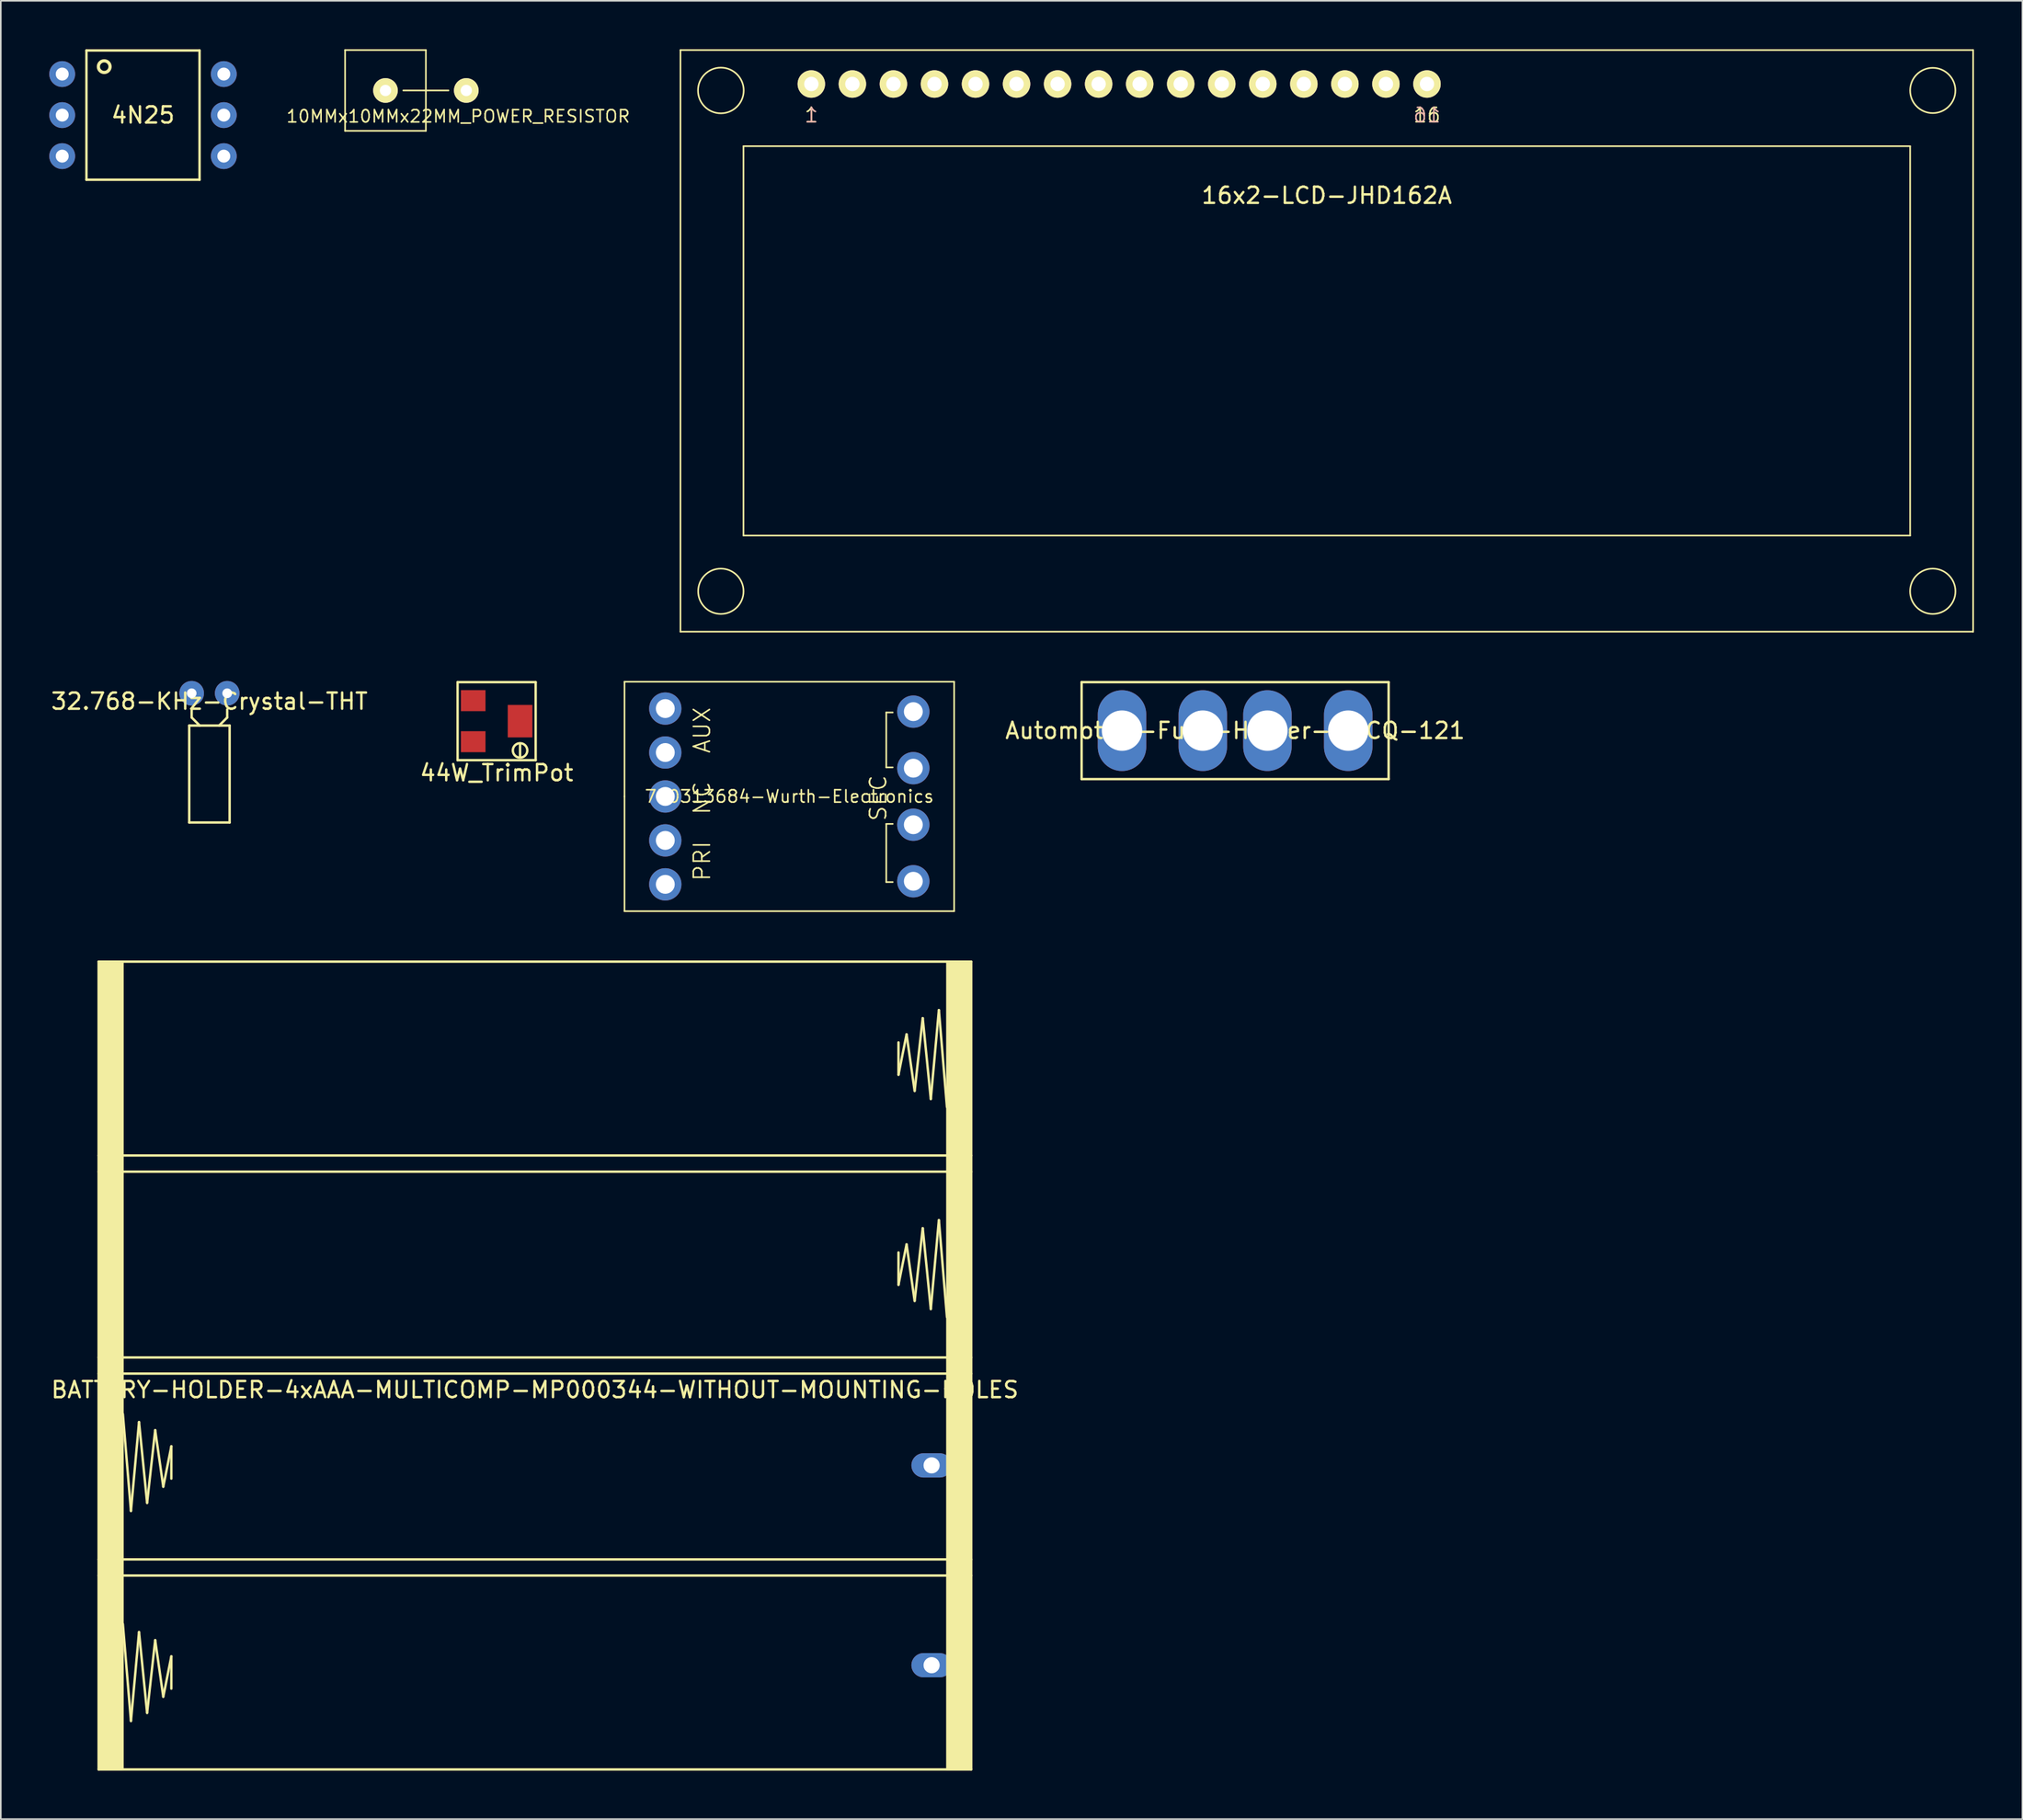
<source format=kicad_pcb>
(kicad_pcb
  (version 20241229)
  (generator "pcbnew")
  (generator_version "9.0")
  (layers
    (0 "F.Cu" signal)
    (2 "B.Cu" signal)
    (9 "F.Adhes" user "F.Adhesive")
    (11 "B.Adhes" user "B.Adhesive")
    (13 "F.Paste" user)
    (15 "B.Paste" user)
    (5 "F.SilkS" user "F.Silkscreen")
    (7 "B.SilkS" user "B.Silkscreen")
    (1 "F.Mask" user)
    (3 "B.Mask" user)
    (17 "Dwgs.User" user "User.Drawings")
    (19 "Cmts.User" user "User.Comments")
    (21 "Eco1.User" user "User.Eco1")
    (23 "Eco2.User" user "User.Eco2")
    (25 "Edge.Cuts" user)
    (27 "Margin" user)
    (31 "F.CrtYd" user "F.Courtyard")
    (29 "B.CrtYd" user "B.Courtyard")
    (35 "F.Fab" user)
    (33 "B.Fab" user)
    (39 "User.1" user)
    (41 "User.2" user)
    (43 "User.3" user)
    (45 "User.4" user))
  (footprint "32.768-KHz-Crystal-THT"
    (layer "F.Cu")
    (at 9.911 39.862)
    (property "Reference" "32.768-KHz-Crystal-THT" (at 0 0.5 0) (layer "F.SilkS") (effects (font (size 1 1) (thickness 0.15))))
    (attr through_hole)
    (fp_line (start -1.25 2) (end 1.25 2) (stroke (width 0.15) (type solid)) (layer "F.SilkS"))
    (fp_line (start -1.25 8) (end -1.25 2) (stroke (width 0.15) (type solid)) (layer "F.SilkS"))
    (fp_line (start -1.1 1) (end -1.1 1.5) (stroke (width 0.15) (type solid)) (layer "F.SilkS"))
    (fp_line (start -1.1 1.5) (end -0.6 2) (stroke (width 0.15) (type solid)) (layer "F.SilkS"))
    (fp_line (start 1.1 1) (end 1.1 1.5) (stroke (width 0.15) (type solid)) (layer "F.SilkS"))
    (fp_line (start 1.1 1.5) (end 0.6 2) (stroke (width 0.15) (type solid)) (layer "F.SilkS"))
    (fp_line (start 1.25 2) (end 1.25 8) (stroke (width 0.15) (type solid)) (layer "F.SilkS"))
    (fp_line (start 1.25 8) (end -1.25 8) (stroke (width 0.15) (type solid)) (layer "F.SilkS"))
    (pad "1" thru_hole circle (at -1.1 0) (size 1.524 1.524) (drill 0.6) (layers "*.Cu" "*.Mask"))
    (pad "2" thru_hole circle (at 1.1 0) (size 1.524 1.524) (drill 0.6) (layers "*.Cu" "*.Mask")))
  (footprint "10MMx10MMx22MM_POWER_RESISTOR"
    (layer "F.Cu")
    (at 23.306 2.55)
    (property "Reference" "10MMx10MMx22MM_POWER_RESISTOR" (at 2 1.6 0) (layer "F.SilkS") (effects (font (size 0.762 0.762) (thickness 0.1))))
    (attr through_hole)
    (fp_line (start -5 -2.5) (end -5 2.5) (stroke (width 0.1) (type solid)) (layer "F.SilkS"))
    (fp_line (start -5 -2.5) (end 0 -2.5) (stroke (width 0.1) (type solid)) (layer "F.SilkS"))
    (fp_line (start -5 2.5) (end 0 2.5) (stroke (width 0.1) (type solid)) (layer "F.SilkS"))
    (fp_line (start -1.4 0) (end 1.4 0) (stroke (width 0.1) (type solid)) (layer "F.SilkS"))
    (fp_line (start 0 -2.5) (end 0 2.5) (stroke (width 0.1) (type solid)) (layer "F.SilkS"))
    (pad "1" thru_hole circle (at -2.5 0) (size 1.524 1.524) (drill 0.7) (layers "*.Cu" "*.Mask" "F.SilkS"))
    (pad "2" thru_hole circle (at 2.5 0) (size 1.524 1.524) (drill 0.7) (layers "*.Cu" "*.Mask" "F.SilkS")))
  (footprint "Automotive-Fuse-Holder-MCCQ-121"
    (layer "F.Cu")
    (at 73.387 42.175)
    (property "Reference" "Automotive-Fuse-Holder-MCCQ-121" (at 0 0 0) (layer "F.SilkS") (effects (font (size 1 1) (thickness 0.15))))
    (attr through_hole)
    (fp_line (start -9.5 -3) (end 9.5 -3) (stroke (width 0.15) (type solid)) (layer "F.SilkS"))
    (fp_line (start -9.5 3) (end -9.5 -3) (stroke (width 0.15) (type solid)) (layer "F.SilkS"))
    (fp_line (start 9.5 -3) (end 9.5 3) (stroke (width 0.15) (type solid)) (layer "F.SilkS"))
    (fp_line (start 9.5 3) (end -9.5 3) (stroke (width 0.15) (type solid)) (layer "F.SilkS"))
    (pad "1" thru_hole oval (at -7 0) (size 3 5) (drill 2.5) (layers "*.Cu" "*.Mask"))
    (pad "1" thru_hole oval (at -2 0) (size 3 5) (drill 2.5) (layers "*.Cu" "*.Mask"))
    (pad "2" thru_hole oval (at 2 0) (size 3 5) (drill 2.5) (layers "*.Cu" "*.Mask"))
    (pad "2" thru_hole oval (at 7 0) (size 3 5) (drill 2.5) (layers "*.Cu" "*.Mask")))
  (footprint "BATTERY-HOLDER-4xAAA-MULTICOMP-MP000344-WITHOUT-MOUNTING-HOLES"
    (layer "F.Cu")
    (at 30.054 81.475)
    (property "Reference" "BATTERY-HOLDER-4xAAA-MULTICOMP-MP000344-WITHOUT-MOUNTING-HOLES" (at 0 1.5 0) (layer "F.SilkS") (effects (font (size 1 1) (thickness 0.15))))
    (attr through_hole)
    (fp_line (start -27 -25) (end 27 -25) (stroke (width 0.15) (type solid)) (layer "F.SilkS"))
    (fp_line (start -27 -13) (end 27 -13) (stroke (width 0.15) (type solid)) (layer "F.SilkS"))
    (fp_line (start -27 -0.5) (end 27 -0.5) (stroke (width 0.15) (type solid)) (layer "F.SilkS"))
    (fp_line (start -27 0.5) (end 27 0.5) (stroke (width 0.15) (type solid)) (layer "F.SilkS"))
    (fp_line (start -27 13) (end 27 13) (stroke (width 0.15) (type solid)) (layer "F.SilkS"))
    (fp_line (start -27 25) (end -27 -25) (stroke (width 0.15) (type solid)) (layer "F.SilkS"))
    (fp_line (start -25.5 3) (end -25 9) (stroke (width 0.15) (type solid)) (layer "F.SilkS"))
    (fp_line (start -25.5 16) (end -25 22) (stroke (width 0.15) (type solid)) (layer "F.SilkS"))
    (fp_line (start -25 9) (end -24.5 3.5) (stroke (width 0.15) (type solid)) (layer "F.SilkS"))
    (fp_line (start -25 22) (end -24.5 16.5) (stroke (width 0.15) (type solid)) (layer "F.SilkS"))
    (fp_line (start -24.5 3.5) (end -24 8.5) (stroke (width 0.15) (type solid)) (layer "F.SilkS"))
    (fp_line (start -24.5 16.5) (end -24 21.5) (stroke (width 0.15) (type solid)) (layer "F.SilkS"))
    (fp_line (start -24 8.5) (end -23.5 4) (stroke (width 0.15) (type solid)) (layer "F.SilkS"))
    (fp_line (start -24 21.5) (end -23.5 17) (stroke (width 0.15) (type solid)) (layer "F.SilkS"))
    (fp_line (start -23.5 4) (end -23 7.5) (stroke (width 0.15) (type solid)) (layer "F.SilkS"))
    (fp_line (start -23.5 17) (end -23 20.5) (stroke (width 0.15) (type solid)) (layer "F.SilkS"))
    (fp_line (start -23 7.5) (end -22.5 5) (stroke (width 0.15) (type solid)) (layer "F.SilkS"))
    (fp_line (start -23 20.5) (end -22.5 18) (stroke (width 0.15) (type solid)) (layer "F.SilkS"))
    (fp_line (start -22.5 5) (end -22.5 7) (stroke (width 0.15) (type solid)) (layer "F.SilkS"))
    (fp_line (start -22.5 18) (end -22.5 20) (stroke (width 0.15) (type solid)) (layer "F.SilkS"))
    (fp_line (start 22.5 -18) (end 22.5 -20) (stroke (width 0.15) (type solid)) (layer "F.SilkS"))
    (fp_line (start 22.5 -5) (end 22.5 -7) (stroke (width 0.15) (type solid)) (layer "F.SilkS"))
    (fp_line (start 23 -20.5) (end 22.5 -18) (stroke (width 0.15) (type solid)) (layer "F.SilkS"))
    (fp_line (start 23 -7.5) (end 22.5 -5) (stroke (width 0.15) (type solid)) (layer "F.SilkS"))
    (fp_line (start 23.5 -17) (end 23 -20.5) (stroke (width 0.15) (type solid)) (layer "F.SilkS"))
    (fp_line (start 23.5 -4) (end 23 -7.5) (stroke (width 0.15) (type solid)) (layer "F.SilkS"))
    (fp_line (start 24 -21.5) (end 23.5 -17) (stroke (width 0.15) (type solid)) (layer "F.SilkS"))
    (fp_line (start 24 -8.5) (end 23.5 -4) (stroke (width 0.15) (type solid)) (layer "F.SilkS"))
    (fp_line (start 24.5 -16.5) (end 24 -21.5) (stroke (width 0.15) (type solid)) (layer "F.SilkS"))
    (fp_line (start 24.5 -3.5) (end 24 -8.5) (stroke (width 0.15) (type solid)) (layer "F.SilkS"))
    (fp_line (start 25 -22) (end 24.5 -16.5) (stroke (width 0.15) (type solid)) (layer "F.SilkS"))
    (fp_line (start 25 -9) (end 24.5 -3.5) (stroke (width 0.15) (type solid)) (layer "F.SilkS"))
    (fp_line (start 25.5 -16) (end 25 -22) (stroke (width 0.15) (type solid)) (layer "F.SilkS"))
    (fp_line (start 25.5 -3) (end 25 -9) (stroke (width 0.15) (type solid)) (layer "F.SilkS"))
    (fp_line (start 27 -25) (end 27 25) (stroke (width 0.15) (type solid)) (layer "F.SilkS"))
    (fp_line (start 27 -12) (end -27 -12) (stroke (width 0.15) (type solid)) (layer "F.SilkS"))
    (fp_line (start 27 12) (end -27 12) (stroke (width 0.15) (type solid)) (layer "F.SilkS"))
    (fp_line (start 27 25) (end -27 25) (stroke (width 0.15) (type solid)) (layer "F.SilkS"))
    (fp_poly (pts (xy -25.5 25) (xy -27 25) (xy -27 -25) (xy -25.5 -25)) (stroke (width 0.1) (type solid)) (fill yes) (layer "F.SilkS"))
    (fp_poly (pts (xy 27 25) (xy 25.5 25) (xy 25.5 -25) (xy 27 -25)) (stroke (width 0.1) (type solid)) (fill yes) (layer "F.SilkS"))
    (pad "1" thru_hole oval (at 24.55 18.55) (size 2.5 1.5) (drill 1) (layers "*.Cu" "*.Mask"))
    (pad "2" thru_hole oval (at 24.55 6.18) (size 2.5 1.5) (drill 1) (layers "*.Cu" "*.Mask")))
  (footprint "750313684-Wurth-Electronics"
    (layer "F.Cu")
    (at 45.798 46.25)
    (property "Reference" "750313684-Wurth-Electronics" (at 0 0 0) (layer "F.SilkS") (effects (font (size 0.762 0.762) (thickness 0.1))))
    (attr through_hole)
    (fp_line (start -10.2 -7.1) (end 10.2 -7.1) (stroke (width 0.1) (type solid)) (layer "F.SilkS"))
    (fp_line (start -10.2 0) (end -10.2 -7.1) (stroke (width 0.1) (type solid)) (layer "F.SilkS"))
    (fp_line (start -10.2 7.1) (end -10.2 0) (stroke (width 0.1) (type solid)) (layer "F.SilkS"))
    (fp_line (start 6 -5.2) (end 6 -1.8) (stroke (width 0.1) (type solid)) (layer "F.SilkS"))
    (fp_line (start 6 -1.8) (end 6.4 -1.8) (stroke (width 0.1) (type solid)) (layer "F.SilkS"))
    (fp_line (start 6 1.7) (end 6 5.3) (stroke (width 0.1) (type solid)) (layer "F.SilkS"))
    (fp_line (start 6 5.3) (end 6.4 5.3) (stroke (width 0.1) (type solid)) (layer "F.SilkS"))
    (fp_line (start 6.4 -5.2) (end 6 -5.2) (stroke (width 0.1) (type solid)) (layer "F.SilkS"))
    (fp_line (start 6.4 1.7) (end 6 1.7) (stroke (width 0.1) (type solid)) (layer "F.SilkS"))
    (fp_line (start 10.2 -7.1) (end 10.2 7.1) (stroke (width 0.1) (type solid)) (layer "F.SilkS"))
    (fp_line (start 10.2 7.1) (end -10.2 7.1) (stroke (width 0.1) (type solid)) (layer "F.SilkS"))
    (fp_text user "SEC" (at 5.5 0.1 90) (layer "F.SilkS") (effects (font (size 1 1) (thickness 0.1))))
    (fp_text user "PRI" (at -5.4 4 90) (layer "F.SilkS") (effects (font (size 1 1) (thickness 0.1))))
    (fp_text user "NC" (at -5.4 0.1 90) (layer "F.SilkS") (effects (font (size 1 1) (thickness 0.1))))
    (fp_text user "AUX" (at -5.4 -4.1 90) (layer "F.SilkS") (effects (font (size 1 1) (thickness 0.1))))
    (pad "1" thru_hole circle (at -7.675 5.44) (size 2 2) (drill 1.17) (layers "*.Cu" "*.Mask"))
    (pad "2" thru_hole circle (at -7.675 2.72) (size 2 2) (drill 1.17) (layers "*.Cu" "*.Mask"))
    (pad "3" thru_hole circle (at -7.675 0) (size 2 2) (drill 1.17) (layers "*.Cu" "*.Mask"))
    (pad "4" thru_hole circle (at -7.675 -2.72) (size 2 2) (drill 1.17) (layers "*.Cu" "*.Mask"))
    (pad "5" thru_hole circle (at -7.675 -5.44) (size 2 2) (drill 1.17) (layers "*.Cu" "*.Mask"))
    (pad "6" thru_hole circle (at 7.675 -5.25) (size 2 2) (drill 1.17) (layers "*.Cu" "*.Mask"))
    (pad "7" thru_hole circle (at 7.675 -1.75) (size 2 2) (drill 1.17) (layers "*.Cu" "*.Mask"))
    (pad "8" thru_hole circle (at 7.675 1.75) (size 2 2) (drill 1.17) (layers "*.Cu" "*.Mask"))
    (pad "9" thru_hole circle (at 7.675 5.25) (size 2 2) (drill 1.17) (layers "*.Cu" "*.Mask")))
  (footprint "16x2-LCD-JHD162A"
    (layer "F.Cu")
    (at 79.061 18.05)
    (property "Reference" "16x2-LCD-JHD162A" (at 0 -9 0) (layer "F.SilkS") (effects (font (size 1 1) (thickness 0.15))))
    (attr through_hole)
    (fp_line (start -40 -18) (end 40 -18) (stroke (width 0.1) (type solid)) (layer "F.SilkS"))
    (fp_line (start -40 18) (end -40 -18) (stroke (width 0.1) (type solid)) (layer "F.SilkS"))
    (fp_line (start -40 18) (end 40 18) (stroke (width 0.1) (type solid)) (layer "F.SilkS"))
    (fp_line (start -36.1 -12.05) (end -36.1 12.05) (stroke (width 0.1) (type solid)) (layer "F.SilkS"))
    (fp_line (start -36.1 -12.05) (end 36.1 -12.05) (stroke (width 0.1) (type solid)) (layer "F.SilkS"))
    (fp_line (start -36.1 12.05) (end 36.1 12.05) (stroke (width 0.1) (type solid)) (layer "F.SilkS"))
    (fp_line (start 36.1 -12.05) (end 36.1 12.05) (stroke (width 0.1) (type solid)) (layer "F.SilkS"))
    (fp_line (start 40 18) (end 40 -18) (stroke (width 0.1) (type solid)) (layer "F.SilkS"))
    (fp_circle (center -37.5 -15.5) (end -36.5 -16.5) (stroke (width 0.1) (type solid)) (fill no) (layer "F.SilkS"))
    (fp_circle (center -37.5 15.5) (end -36.1 15.6) (stroke (width 0.1) (type solid)) (fill no) (layer "F.SilkS"))
    (fp_circle (center 37.5 -15.5) (end 38.9 -15.5) (stroke (width 0.1) (type solid)) (fill no) (layer "F.SilkS"))
    (fp_circle (center 37.5 15.5) (end 38.9 15.6) (stroke (width 0.1) (type solid)) (fill no) (layer "F.SilkS"))
    (fp_text user "16" (at 6.2 -13.97 0) (layer "F.SilkS") (effects (font (size 0.889 0.889) (thickness 0.1))))
    (fp_text user "1" (at -31.9 -13.97 0) (layer "F.SilkS") (effects (font (size 0.889 0.889) (thickness 0.1))))
    (fp_text user "16" (at 6.2 -13.97 0) (layer "B.SilkS") (effects (font (size 0.889 0.889) (thickness 0.1)) (justify mirror)))
    (fp_text user "1" (at -31.9 -13.97 0) (layer "B.SilkS") (effects (font (size 0.889 0.889) (thickness 0.1)) (justify mirror)))
    (pad "1" thru_hole circle (at -31.9 -15.9) (size 1.7 1.7) (drill 0.889) (layers "*.Cu" "*.Mask" "F.SilkS"))
    (pad "2" thru_hole circle (at -29.36 -15.9) (size 1.7 1.7) (drill 0.889) (layers "*.Cu" "*.Mask" "F.SilkS"))
    (pad "3" thru_hole circle (at -26.82 -15.9) (size 1.7 1.7) (drill 0.889) (layers "*.Cu" "*.Mask" "F.SilkS"))
    (pad "4" thru_hole circle (at -24.28 -15.9) (size 1.7 1.7) (drill 0.889) (layers "*.Cu" "*.Mask" "F.SilkS"))
    (pad "5" thru_hole circle (at -21.74 -15.9) (size 1.7 1.7) (drill 0.889) (layers "*.Cu" "*.Mask" "F.SilkS"))
    (pad "6" thru_hole circle (at -19.2 -15.9) (size 1.7 1.7) (drill 0.889) (layers "*.Cu" "*.Mask" "F.SilkS"))
    (pad "7" thru_hole circle (at -16.66 -15.9) (size 1.7 1.7) (drill 0.889) (layers "*.Cu" "*.Mask" "F.SilkS"))
    (pad "8" thru_hole circle (at -14.12 -15.9) (size 1.7 1.7) (drill 0.889) (layers "*.Cu" "*.Mask" "F.SilkS"))
    (pad "9" thru_hole circle (at -11.58 -15.9) (size 1.7 1.7) (drill 0.889) (layers "*.Cu" "*.Mask" "F.SilkS"))
    (pad "10" thru_hole circle (at -9.04 -15.9) (size 1.7 1.7) (drill 0.889) (layers "*.Cu" "*.Mask" "F.SilkS"))
    (pad "11" thru_hole circle (at -6.5 -15.9) (size 1.7 1.7) (drill 0.889) (layers "*.Cu" "*.Mask" "F.SilkS"))
    (pad "12" thru_hole circle (at -3.96 -15.9) (size 1.7 1.7) (drill 0.889) (layers "*.Cu" "*.Mask" "F.SilkS"))
    (pad "13" thru_hole circle (at -1.42 -15.9) (size 1.7 1.7) (drill 0.889) (layers "*.Cu" "*.Mask" "F.SilkS"))
    (pad "14" thru_hole circle (at 1.12 -15.9) (size 1.7 1.7) (drill 0.889) (layers "*.Cu" "*.Mask" "F.SilkS"))
    (pad "15" thru_hole circle (at 3.66 -15.9) (size 1.7 1.7) (drill 0.889) (layers "*.Cu" "*.Mask" "F.SilkS"))
    (pad "16" thru_hole circle (at 6.2 -15.9) (size 1.7 1.7) (drill 0.889) (layers "*.Cu" "*.Mask" "F.SilkS")))
  (footprint "4N25"
    (layer "F.Cu")
    (at 5.8 4.075)
    (property "Reference" "4N25" (at 0 0 0) (layer "F.SilkS") (effects (font (size 1 1) (thickness 0.15))))
    (attr through_hole)
    (fp_line (start -3.5 -4) (end 3.5 -4) (stroke (width 0.15) (type solid)) (layer "F.SilkS"))
    (fp_line (start -3.5 4) (end -3.5 -4) (stroke (width 0.15) (type solid)) (layer "F.SilkS"))
    (fp_line (start 3.5 -4) (end 3.5 4) (stroke (width 0.15) (type solid)) (layer "F.SilkS"))
    (fp_line (start 3.5 4) (end -3.5 4) (stroke (width 0.15) (type solid)) (layer "F.SilkS"))
    (fp_circle (center -2.4 -3) (end -2.039 -3) (stroke (width 0.2) (type solid)) (fill no) (layer "F.SilkS"))
    (pad "1" thru_hole circle (at -5 -2.54) (size 1.6 1.6) (drill 0.8) (layers "*.Cu" "*.Mask"))
    (pad "2" thru_hole circle (at -5 0) (size 1.6 1.6) (drill 0.8) (layers "*.Cu" "*.Mask"))
    (pad "3" thru_hole circle (at -5 2.54) (size 1.6 1.6) (drill 0.8) (layers "*.Cu" "*.Mask"))
    (pad "4" thru_hole circle (at 5 2.54) (size 1.6 1.6) (drill 0.8) (layers "*.Cu" "*.Mask"))
    (pad "5" thru_hole circle (at 5 0) (size 1.6 1.6) (drill 0.8) (layers "*.Cu" "*.Mask"))
    (pad "6" thru_hole circle (at 5 -2.54) (size 1.6 1.6) (drill 0.8) (layers "*.Cu" "*.Mask")))
  (footprint "44W_TrimPot"
    (layer "F.Cu")
    (at 27.685 41.59)
    (property "Reference" "44W_TrimPot" (at 0 3.2 0) (layer "F.SilkS") (effects (font (size 1 1) (thickness 0.15))))
    (attr through_hole)
    (fp_line (start -2.415 -2.415) (end -2.415 2.415) (stroke (width 0.15) (type solid)) (layer "F.SilkS"))
    (fp_line (start -2.415 2.415) (end 2.415 2.415) (stroke (width 0.15) (type solid)) (layer "F.SilkS"))
    (fp_line (start 1.45 1.4) (end 1.45 2.2) (stroke (width 0.15) (type solid)) (layer "F.SilkS"))
    (fp_line (start 2.415 -2.415) (end -2.415 -2.415) (stroke (width 0.15) (type solid)) (layer "F.SilkS"))
    (fp_line (start 2.415 2.415) (end 2.415 -2.415) (stroke (width 0.15) (type solid)) (layer "F.SilkS"))
    (fp_circle (center 1.45 1.811) (end 1.85 2.011) (stroke (width 0.15) (type solid)) (fill no) (layer "F.SilkS"))
    (pad "1" smd rect (at -1.45 -1.27) (size 1.524 1.3) (layers "F.Cu" "F.Mask" "F.Paste"))
    (pad "2" smd rect (at 1.45 0) (size 1.524 2.01) (layers "F.Cu" "F.Mask" "F.Paste"))
    (pad "3" smd rect (at -1.45 1.27) (size 1.524 1.3) (layers "F.Cu" "F.Mask" "F.Paste")))
  (gr_rect
    (start -3 -3)
    (end 122.111 109.55)
    (stroke (width 0.1) (type default))
    (fill no)
    (layer "Edge.Cuts")))
</source>
